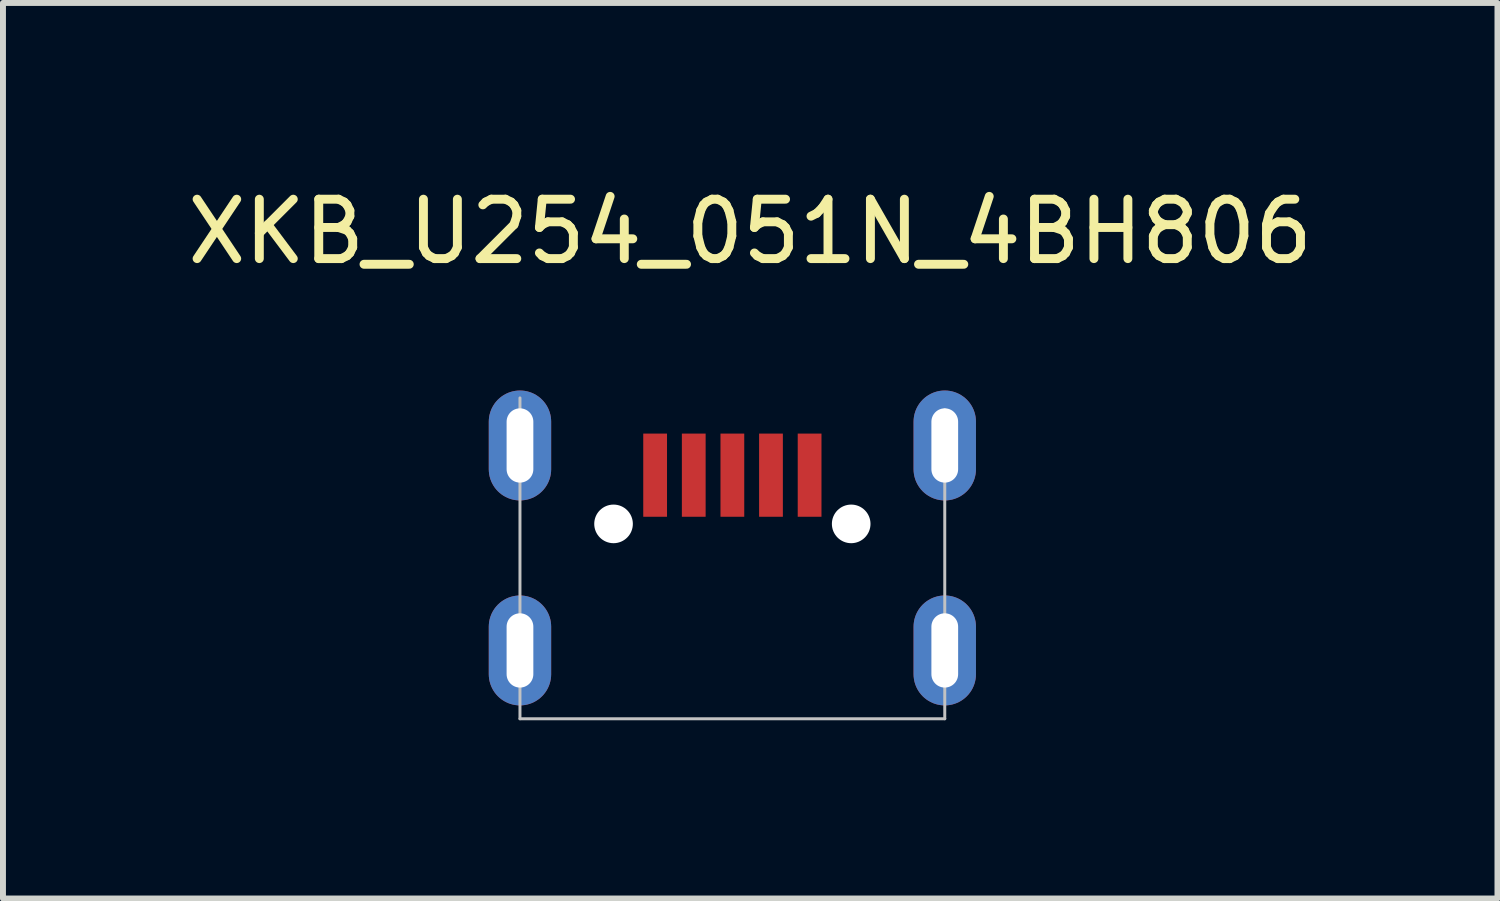
<source format=kicad_pcb>
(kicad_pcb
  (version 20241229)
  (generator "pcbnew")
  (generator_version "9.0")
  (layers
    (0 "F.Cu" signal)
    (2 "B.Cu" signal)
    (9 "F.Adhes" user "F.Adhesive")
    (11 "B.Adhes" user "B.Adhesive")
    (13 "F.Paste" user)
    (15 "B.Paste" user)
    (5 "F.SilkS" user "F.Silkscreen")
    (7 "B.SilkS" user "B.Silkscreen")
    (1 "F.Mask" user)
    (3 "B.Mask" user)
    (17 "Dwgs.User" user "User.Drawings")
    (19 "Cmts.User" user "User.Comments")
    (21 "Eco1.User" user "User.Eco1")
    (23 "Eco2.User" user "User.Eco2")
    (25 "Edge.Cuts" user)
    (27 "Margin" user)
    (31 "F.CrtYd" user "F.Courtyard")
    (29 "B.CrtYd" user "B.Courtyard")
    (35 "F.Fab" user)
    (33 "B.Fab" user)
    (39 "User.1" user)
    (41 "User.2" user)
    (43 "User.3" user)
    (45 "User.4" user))
  (footprint "XKB_U254_051N_4BH806"
    (layer "F.Cu")
    (at 9.277 4.948)
    (property "Reference" "XKB_U254_051N_4BH806" (at 0.3 -4.1 0) (layer "F.SilkS") (effects (font (size 1 1) (thickness 0.15))))
    (attr through_hole)
    (fp_line (start -3.575 -1.3) (end -3.575 4.1) (stroke (width 0.05) (type solid)) (layer "Dwgs.User"))
    (fp_line (start -3.575 4.1) (end 3.575 4.1) (stroke (width 0.05) (type solid)) (layer "Dwgs.User"))
    (fp_line (start 3.575 -1.1) (end 3.575 4.1) (stroke (width 0.05) (type solid)) (layer "Dwgs.User"))
    (pad "" thru_hole oval (at -3.575 -0.5) (size 1.05 1.85) (drill oval 0.45 1.25) (layers "*.Cu" "B.Mask"))
    (pad "" thru_hole oval (at -3.575 2.95) (size 1.05 1.85) (drill oval 0.45 1.25) (layers "*.Cu" "B.Mask"))
    (pad "" np_thru_hole circle (at -2 0.82) (size 0.65 0.65) (drill 0.65) (layers "*.Cu" "*.Mask"))
    (pad "" np_thru_hole circle (at 2 0.82) (size 0.65 0.65) (drill 0.65) (layers "*.Cu" "*.Mask"))
    (pad "" thru_hole oval (at 3.575 -0.5) (size 1.05 1.85) (drill oval 0.45 1.25) (layers "*.Cu" "B.Mask"))
    (pad "" thru_hole oval (at 3.575 2.95) (size 1.05 1.85) (drill oval 0.45 1.25) (layers "*.Cu" "B.Mask"))
    (pad "1" smd rect (at -1.3 0) (size 0.4 1.4) (layers "F.Cu" "F.Mask" "F.Paste"))
    (pad "2" smd rect (at -0.65 0) (size 0.4 1.4) (layers "F.Cu" "F.Mask" "F.Paste"))
    (pad "3" smd rect (at 0 0) (size 0.4 1.4) (layers "F.Cu" "F.Mask" "F.Paste"))
    (pad "4" smd rect (at 0.65 0) (size 0.4 1.4) (layers "F.Cu" "F.Mask" "F.Paste"))
    (pad "5" smd rect (at 1.3 0) (size 0.4 1.4) (layers "F.Cu" "F.Mask" "F.Paste")))
  (gr_rect
    (start -3 -3)
    (end 22.155 12.073)
    (stroke (width 0.1) (type default))
    (fill no)
    (layer "Edge.Cuts")))
</source>
